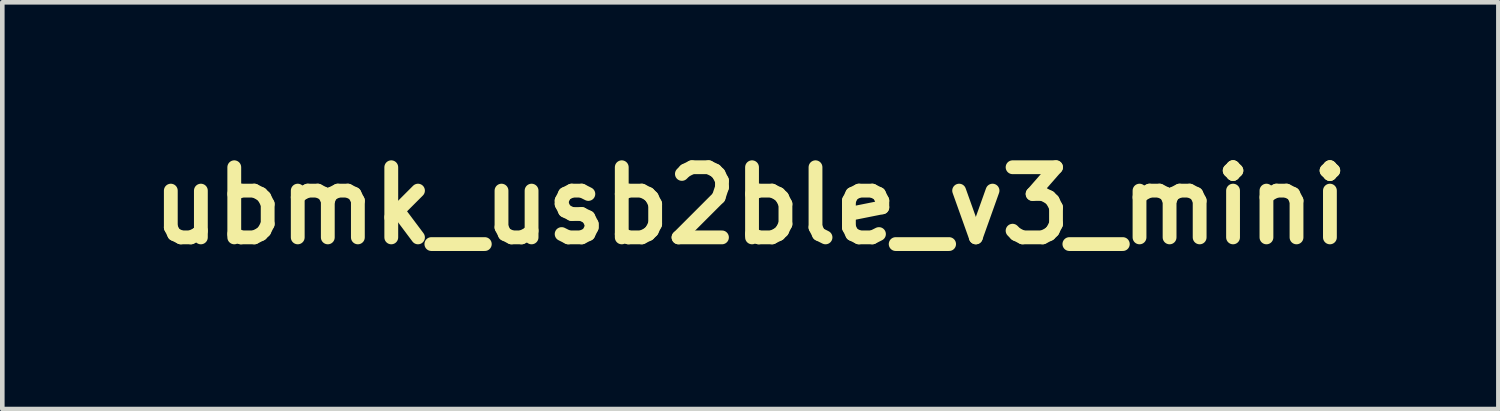
<source format=kicad_pcb>
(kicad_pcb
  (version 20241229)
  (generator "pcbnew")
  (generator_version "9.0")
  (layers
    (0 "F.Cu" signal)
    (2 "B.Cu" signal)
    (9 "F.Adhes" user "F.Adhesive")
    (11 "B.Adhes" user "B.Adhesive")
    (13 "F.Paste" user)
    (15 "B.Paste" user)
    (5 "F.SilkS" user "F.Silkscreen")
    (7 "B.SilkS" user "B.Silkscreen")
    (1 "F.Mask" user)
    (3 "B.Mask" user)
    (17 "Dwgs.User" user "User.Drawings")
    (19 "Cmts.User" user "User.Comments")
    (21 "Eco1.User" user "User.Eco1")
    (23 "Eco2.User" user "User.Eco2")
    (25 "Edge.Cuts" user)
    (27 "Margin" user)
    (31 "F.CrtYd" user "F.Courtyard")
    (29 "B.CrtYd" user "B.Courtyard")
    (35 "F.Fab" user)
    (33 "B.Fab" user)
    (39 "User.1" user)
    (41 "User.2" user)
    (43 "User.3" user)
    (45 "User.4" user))
  (footprint "ubmk_usb2ble_v3_mini"
    (layer "F.Cu")
    (at 13.252 1.418)
    (property "Reference" "ubmk_usb2ble_v3_mini" (at 0 0 0) (layer "F.SilkS") (effects (font (size 1.524 1.524) (thickness 0.3))))
    (attr through_hole)
    (fp_poly (pts (xy -1.445 0.937) (xy -1.572 0.937) (xy -1.572 0.449) (xy -1.445 0.449) (xy -1.445 0.937)) (stroke (width 0.01) (type solid)) (fill yes) (layer "F.Mask"))
    (fp_poly (pts (xy 0.518 0.698) (xy 0.412 0.803) (xy 0.307 0.908) (xy 0.205 0.806) (xy 0.103 0.703) (xy 0.312 0.493) (xy 0.518 0.698)) (stroke (width 0.01) (type solid)) (fill yes) (layer "F.Mask"))
    (fp_poly (pts (xy 2.534 0.053) (xy 2.554 0.073) (xy 2.557 0.097) (xy 2.548 0.118) (xy 2.531 0.132) (xy 2.506 0.137) (xy 2.481 0.131) (xy 2.473 0.125) (xy 2.464 0.107) (xy 2.461 0.086) (xy 2.469 0.059) (xy 2.488 0.044) (xy 2.515 0.044) (xy 2.534 0.053)) (stroke (width 0.01) (type solid)) (fill yes) (layer "F.Mask"))
    (fp_poly (pts (xy 2.645 -0.306) (xy 2.675 -0.287) (xy 2.702 -0.255) (xy 2.712 -0.218) (xy 2.709 -0.181) (xy 2.694 -0.148) (xy 2.668 -0.121) (xy 2.635 -0.103) (xy 2.596 -0.099) (xy 2.562 -0.107) (xy 2.529 -0.13) (xy 2.508 -0.164) (xy 2.5 -0.204) (xy 2.506 -0.244) (xy 2.527 -0.28) (xy 2.528 -0.282) (xy 2.563 -0.306) (xy 2.604 -0.314) (xy 2.645 -0.306)) (stroke (width 0.01) (type solid)) (fill yes) (layer "F.Mask"))
    (fp_poly (pts (xy 3.301 0.691) (xy 3.255 0.696) (xy 3.213 0.707) (xy 3.186 0.729) (xy 3.174 0.761) (xy 3.174 0.767) (xy 3.183 0.799) (xy 3.208 0.823) (xy 3.247 0.836) (xy 3.255 0.837) (xy 3.301 0.842) (xy 3.301 0.937) (xy 3.245 0.937) (xy 3.196 0.933) (xy 3.154 0.921) (xy 3.148 0.919) (xy 3.116 0.899) (xy 3.087 0.872) (xy 3.08 0.864) (xy 3.063 0.839) (xy 3.055 0.814) (xy 3.052 0.782) (xy 3.052 0.767) (xy 3.055 0.719) (xy 3.069 0.682) (xy 3.095 0.65) (xy 3.121 0.628) (xy 3.144 0.613) (xy 3.169 0.604) (xy 3.201 0.599) (xy 3.229 0.597) (xy 3.301 0.594) (xy 3.301 0.691)) (stroke (width 0.01) (type solid)) (fill yes) (layer "F.Mask"))
    (fp_poly (pts (xy -2.539 -0.519) (xy -2.509 -0.494) (xy -2.471 -0.473) (xy -2.432 -0.47) (xy -2.394 -0.486) (xy -2.386 -0.492) (xy -2.358 -0.516) (xy -2.355 -0.722) (xy -2.352 -0.928) (xy -2.108 -0.928) (xy -2.111 -0.691) (xy -2.114 -0.454) (xy -2.143 -0.402) (xy -2.187 -0.343) (xy -2.243 -0.298) (xy -2.313 -0.267) (xy -2.396 -0.251) (xy -2.415 -0.249) (xy -2.464 -0.249) (xy -2.512 -0.252) (xy -2.539 -0.257) (xy -2.618 -0.284) (xy -2.682 -0.324) (xy -2.732 -0.377) (xy -2.76 -0.425) (xy -2.767 -0.441) (xy -2.773 -0.457) (xy -2.777 -0.476) (xy -2.78 -0.499) (xy -2.782 -0.531) (xy -2.783 -0.574) (xy -2.783 -0.631) (xy -2.783 -0.701) (xy -2.783 -0.928) (xy -2.539 -0.928) (xy -2.539 -0.519)) (stroke (width 0.01) (type solid)) (fill yes) (layer "F.Mask"))
    (fp_poly (pts (xy -3.447 0.701) (xy -3.446 0.754) (xy -3.443 0.79) (xy -3.437 0.813) (xy -3.426 0.825) (xy -3.409 0.83) (xy -3.398 0.83) (xy -3.378 0.828) (xy -3.365 0.82) (xy -3.356 0.803) (xy -3.351 0.774) (xy -3.35 0.73) (xy -3.35 0.701) (xy -3.35 0.596) (xy -3.223 0.596) (xy -3.223 0.716) (xy -3.223 0.768) (xy -3.224 0.804) (xy -3.227 0.83) (xy -3.233 0.848) (xy -3.241 0.864) (xy -3.245 0.87) (xy -3.268 0.897) (xy -3.295 0.919) (xy -3.298 0.921) (xy -3.333 0.934) (xy -3.377 0.942) (xy -3.423 0.944) (xy -3.459 0.938) (xy -3.502 0.917) (xy -3.538 0.887) (xy -3.561 0.853) (xy -3.568 0.822) (xy -3.573 0.773) (xy -3.574 0.708) (xy -3.574 0.596) (xy -3.447 0.596) (xy -3.447 0.701)) (stroke (width 0.01) (type solid)) (fill yes) (layer "F.Mask"))
    (fp_poly (pts (xy 2.679 -0.661) (xy 2.742 -0.647) (xy 2.792 -0.629) (xy 2.855 -0.595) (xy 2.911 -0.553) (xy 2.959 -0.506) (xy 2.996 -0.457) (xy 3.02 -0.408) (xy 3.027 -0.367) (xy 3.019 -0.327) (xy 2.997 -0.297) (xy 2.964 -0.281) (xy 2.925 -0.28) (xy 2.907 -0.285) (xy 2.883 -0.302) (xy 2.862 -0.331) (xy 2.861 -0.333) (xy 2.821 -0.391) (xy 2.768 -0.437) (xy 2.706 -0.469) (xy 2.638 -0.486) (xy 2.569 -0.487) (xy 2.51 -0.474) (xy 2.461 -0.461) (xy 2.424 -0.462) (xy 2.394 -0.477) (xy 2.387 -0.483) (xy 2.369 -0.514) (xy 2.363 -0.552) (xy 2.37 -0.589) (xy 2.378 -0.602) (xy 2.397 -0.618) (xy 2.429 -0.633) (xy 2.471 -0.648) (xy 2.518 -0.66) (xy 2.559 -0.668) (xy 2.615 -0.669) (xy 2.679 -0.661)) (stroke (width 0.01) (type solid)) (fill yes) (layer "F.Mask"))
    (fp_poly (pts (xy -2.207 0.481) (xy -2.161 0.488) (xy -2.127 0.501) (xy -2.102 0.523) (xy -2.082 0.554) (xy -2.079 0.561) (xy -2.064 0.611) (xy -2.066 0.656) (xy -2.086 0.699) (xy -2.125 0.741) (xy -2.166 0.771) (xy -2.231 0.815) (xy -2.146 0.818) (xy -2.061 0.821) (xy -2.061 0.937) (xy -2.185 0.937) (xy -2.234 0.936) (xy -2.278 0.934) (xy -2.311 0.931) (xy -2.33 0.928) (xy -2.33 0.928) (xy -2.36 0.907) (xy -2.382 0.875) (xy -2.392 0.839) (xy -2.393 0.834) (xy -2.389 0.81) (xy -2.378 0.787) (xy -2.355 0.762) (xy -2.321 0.733) (xy -2.275 0.7) (xy -2.231 0.666) (xy -2.205 0.638) (xy -2.198 0.616) (xy -2.209 0.6) (xy -2.239 0.59) (xy -2.288 0.586) (xy -2.302 0.586) (xy -2.373 0.586) (xy -2.373 0.479) (xy -2.269 0.479) (xy -2.207 0.481)) (stroke (width 0.01) (type solid)) (fill yes) (layer "F.Mask"))
    (fp_poly (pts (xy 0.879 0.481) (xy 0.925 0.488) (xy 0.959 0.501) (xy 0.984 0.523) (xy 1.004 0.554) (xy 1.007 0.561) (xy 1.022 0.611) (xy 1.02 0.656) (xy 1 0.699) (xy 0.961 0.741) (xy 0.92 0.771) (xy 0.854 0.815) (xy 0.94 0.818) (xy 1.025 0.821) (xy 1.025 0.937) (xy 0.901 0.937) (xy 0.852 0.936) (xy 0.808 0.934) (xy 0.775 0.931) (xy 0.756 0.928) (xy 0.756 0.928) (xy 0.726 0.907) (xy 0.704 0.875) (xy 0.694 0.839) (xy 0.693 0.834) (xy 0.697 0.81) (xy 0.708 0.787) (xy 0.73 0.762) (xy 0.765 0.733) (xy 0.811 0.7) (xy 0.855 0.666) (xy 0.88 0.638) (xy 0.888 0.616) (xy 0.877 0.6) (xy 0.847 0.59) (xy 0.798 0.586) (xy 0.784 0.586) (xy 0.713 0.586) (xy 0.713 0.479) (xy 0.817 0.479) (xy 0.879 0.481)) (stroke (width 0.01) (type solid)) (fill yes) (layer "F.Mask"))
    (fp_poly (pts (xy 1.699 0.481) (xy 1.746 0.488) (xy 1.78 0.501) (xy 1.805 0.523) (xy 1.824 0.554) (xy 1.827 0.561) (xy 1.842 0.611) (xy 1.84 0.656) (xy 1.82 0.699) (xy 1.781 0.741) (xy 1.741 0.771) (xy 1.675 0.815) (xy 1.76 0.818) (xy 1.846 0.821) (xy 1.846 0.937) (xy 1.721 0.937) (xy 1.672 0.936) (xy 1.629 0.934) (xy 1.595 0.931) (xy 1.577 0.928) (xy 1.576 0.928) (xy 1.547 0.907) (xy 1.524 0.875) (xy 1.514 0.839) (xy 1.514 0.834) (xy 1.517 0.81) (xy 1.529 0.787) (xy 1.551 0.762) (xy 1.586 0.733) (xy 1.631 0.7) (xy 1.675 0.666) (xy 1.701 0.638) (xy 1.708 0.616) (xy 1.697 0.6) (xy 1.667 0.59) (xy 1.619 0.586) (xy 1.605 0.586) (xy 1.533 0.586) (xy 1.533 0.479) (xy 1.637 0.479) (xy 1.699 0.481)) (stroke (width 0.01) (type solid)) (fill yes) (layer "F.Mask"))
    (fp_poly (pts (xy -2.891 0.684) (xy -2.969 0.684) (xy -3.009 0.684) (xy -3.033 0.687) (xy -3.044 0.692) (xy -3.047 0.698) (xy -3.041 0.708) (xy -3.023 0.712) (xy -3 0.713) (xy -2.949 0.72) (xy -2.907 0.739) (xy -2.878 0.768) (xy -2.862 0.803) (xy -2.863 0.844) (xy -2.877 0.879) (xy -2.895 0.902) (xy -2.916 0.919) (xy -2.944 0.93) (xy -2.984 0.935) (xy -3.039 0.937) (xy -3.056 0.937) (xy -3.164 0.937) (xy -3.164 0.85) (xy -3.079 0.848) (xy -3.036 0.845) (xy -3.01 0.842) (xy -2.997 0.837) (xy -2.993 0.83) (xy -2.998 0.821) (xy -3.016 0.816) (xy -3.048 0.811) (xy -3.06 0.811) (xy -3.097 0.807) (xy -3.122 0.801) (xy -3.138 0.79) (xy -3.15 0.778) (xy -3.168 0.75) (xy -3.174 0.714) (xy -3.174 0.706) (xy -3.171 0.675) (xy -3.161 0.652) (xy -3.141 0.629) (xy -3.107 0.596) (xy -2.891 0.596) (xy -2.891 0.684)) (stroke (width 0.01) (type solid)) (fill yes) (layer "F.Mask"))
    (fp_poly (pts (xy 3.506 0.596) (xy 3.603 0.596) (xy 3.603 0.693) (xy 3.506 0.693) (xy 3.506 0.761) (xy 3.507 0.8) (xy 3.512 0.823) (xy 3.525 0.835) (xy 3.549 0.839) (xy 3.57 0.84) (xy 3.603 0.84) (xy 3.603 0.937) (xy 3.525 0.937) (xy 3.485 0.937) (xy 3.459 0.934) (xy 3.441 0.928) (xy 3.424 0.916) (xy 3.416 0.909) (xy 3.402 0.896) (xy 3.392 0.882) (xy 3.387 0.865) (xy 3.383 0.838) (xy 3.381 0.797) (xy 3.381 0.787) (xy 3.379 0.744) (xy 3.376 0.717) (xy 3.372 0.701) (xy 3.366 0.695) (xy 3.356 0.693) (xy 3.353 0.693) (xy 3.339 0.692) (xy 3.333 0.683) (xy 3.33 0.663) (xy 3.33 0.645) (xy 3.331 0.616) (xy 3.335 0.601) (xy 3.345 0.596) (xy 3.354 0.596) (xy 3.37 0.594) (xy 3.377 0.584) (xy 3.379 0.56) (xy 3.379 0.557) (xy 3.379 0.518) (xy 3.506 0.518) (xy 3.506 0.596)) (stroke (width 0.01) (type solid)) (fill yes) (layer "F.Mask"))
    (fp_poly (pts (xy -2.695 0.616) (xy -2.666 0.601) (xy -2.622 0.588) (xy -2.574 0.591) (xy -2.528 0.608) (xy -2.488 0.638) (xy -2.469 0.662) (xy -2.449 0.711) (xy -2.445 0.764) (xy -2.455 0.817) (xy -2.477 0.865) (xy -2.511 0.904) (xy -2.531 0.918) (xy -2.57 0.933) (xy -2.618 0.942) (xy -2.664 0.944) (xy -2.697 0.938) (xy -2.746 0.914) (xy -2.785 0.876) (xy -2.804 0.846) (xy -2.81 0.829) (xy -2.815 0.809) (xy -2.818 0.783) (xy -2.819 0.767) (xy -2.693 0.767) (xy -2.685 0.799) (xy -2.663 0.823) (xy -2.657 0.827) (xy -2.626 0.833) (xy -2.598 0.821) (xy -2.58 0.797) (xy -2.572 0.765) (xy -2.579 0.738) (xy -2.597 0.717) (xy -2.62 0.705) (xy -2.647 0.704) (xy -2.671 0.717) (xy -2.685 0.734) (xy -2.693 0.767) (xy -2.819 0.767) (xy -2.821 0.747) (xy -2.822 0.699) (xy -2.822 0.635) (xy -2.822 0.627) (xy -2.822 0.449) (xy -2.695 0.449) (xy -2.695 0.616)) (stroke (width 0.01) (type solid)) (fill yes) (layer "F.Mask"))
    (fp_poly (pts (xy -1.875 0.616) (xy -1.846 0.601) (xy -1.802 0.588) (xy -1.754 0.591) (xy -1.707 0.608) (xy -1.668 0.638) (xy -1.648 0.662) (xy -1.629 0.711) (xy -1.625 0.764) (xy -1.634 0.817) (xy -1.657 0.865) (xy -1.691 0.904) (xy -1.71 0.918) (xy -1.75 0.933) (xy -1.797 0.942) (xy -1.844 0.944) (xy -1.877 0.938) (xy -1.926 0.914) (xy -1.965 0.876) (xy -1.983 0.846) (xy -1.99 0.829) (xy -1.995 0.809) (xy -1.998 0.783) (xy -1.999 0.767) (xy -1.873 0.767) (xy -1.865 0.799) (xy -1.843 0.823) (xy -1.837 0.827) (xy -1.806 0.833) (xy -1.778 0.821) (xy -1.759 0.797) (xy -1.752 0.765) (xy -1.759 0.738) (xy -1.776 0.717) (xy -1.8 0.705) (xy -1.826 0.704) (xy -1.851 0.717) (xy -1.865 0.734) (xy -1.873 0.767) (xy -1.999 0.767) (xy -2 0.747) (xy -2.001 0.699) (xy -2.002 0.635) (xy -2.002 0.627) (xy -2.002 0.449) (xy -1.875 0.449) (xy -1.875 0.616)) (stroke (width 0.01) (type solid)) (fill yes) (layer "F.Mask"))
    (fp_poly (pts (xy 0.264 -0.682) (xy 0.29 -0.685) (xy 0.302 -0.689) (xy 0.314 -0.698) (xy 0.328 -0.715) (xy 0.346 -0.743) (xy 0.37 -0.784) (xy 0.382 -0.806) (xy 0.446 -0.923) (xy 0.584 -0.926) (xy 0.634 -0.926) (xy 0.675 -0.926) (xy 0.706 -0.925) (xy 0.721 -0.923) (xy 0.723 -0.923) (xy 0.718 -0.913) (xy 0.704 -0.89) (xy 0.683 -0.856) (xy 0.657 -0.814) (xy 0.64 -0.788) (xy 0.558 -0.66) (xy 0.584 -0.644) (xy 0.624 -0.614) (xy 0.654 -0.577) (xy 0.675 -0.531) (xy 0.687 -0.472) (xy 0.693 -0.398) (xy 0.693 -0.361) (xy 0.693 -0.264) (xy 0.451 -0.264) (xy 0.448 -0.367) (xy 0.446 -0.413) (xy 0.444 -0.444) (xy 0.44 -0.464) (xy 0.433 -0.478) (xy 0.422 -0.491) (xy 0.412 -0.499) (xy 0.391 -0.515) (xy 0.37 -0.524) (xy 0.341 -0.527) (xy 0.322 -0.527) (xy 0.264 -0.527) (xy 0.264 -0.264) (xy 0.02 -0.264) (xy 0.02 -1.191) (xy 0.264 -1.191) (xy 0.264 -0.682)) (stroke (width 0.01) (type solid)) (fill yes) (layer "F.Mask"))
    (fp_poly (pts (xy 2.705 -0.959) (xy 2.82 -0.934) (xy 2.931 -0.892) (xy 3.036 -0.831) (xy 3.082 -0.797) (xy 3.13 -0.754) (xy 3.177 -0.705) (xy 3.219 -0.653) (xy 3.255 -0.601) (xy 3.282 -0.553) (xy 3.298 -0.512) (xy 3.301 -0.491) (xy 3.293 -0.455) (xy 3.271 -0.426) (xy 3.241 -0.408) (xy 3.207 -0.402) (xy 3.174 -0.411) (xy 3.168 -0.414) (xy 3.153 -0.43) (xy 3.133 -0.456) (xy 3.112 -0.49) (xy 3.109 -0.494) (xy 3.053 -0.574) (xy 2.983 -0.645) (xy 2.905 -0.702) (xy 2.867 -0.723) (xy 2.77 -0.763) (xy 2.675 -0.784) (xy 2.58 -0.787) (xy 2.481 -0.772) (xy 2.411 -0.752) (xy 2.362 -0.737) (xy 2.324 -0.729) (xy 2.3 -0.728) (xy 2.299 -0.729) (xy 2.268 -0.745) (xy 2.247 -0.774) (xy 2.238 -0.809) (xy 2.242 -0.845) (xy 2.258 -0.873) (xy 2.278 -0.888) (xy 2.311 -0.905) (xy 2.348 -0.921) (xy 2.349 -0.921) (xy 2.467 -0.952) (xy 2.586 -0.965) (xy 2.705 -0.959)) (stroke (width 0.01) (type solid)) (fill yes) (layer "F.Mask"))
    (fp_poly (pts (xy 3.357 -0.049) (xy 3.415 -0.048) (xy 3.458 -0.048) (xy 3.49 -0.046) (xy 3.513 -0.044) (xy 3.529 -0.04) (xy 3.541 -0.035) (xy 3.551 -0.029) (xy 3.555 -0.027) (xy 3.588 0.004) (xy 3.612 0.044) (xy 3.623 0.085) (xy 3.623 0.092) (xy 3.614 0.138) (xy 3.591 0.182) (xy 3.556 0.215) (xy 3.541 0.224) (xy 3.526 0.231) (xy 3.511 0.235) (xy 3.491 0.239) (xy 3.465 0.241) (xy 3.429 0.243) (xy 3.381 0.244) (xy 3.317 0.244) (xy 3.276 0.244) (xy 3.202 0.244) (xy 3.146 0.243) (xy 3.103 0.242) (xy 3.073 0.24) (xy 3.05 0.237) (xy 3.034 0.233) (xy 3.02 0.228) (xy 3.017 0.226) (xy 2.977 0.195) (xy 2.951 0.154) (xy 2.94 0.109) (xy 2.943 0.062) (xy 2.962 0.018) (xy 2.995 -0.019) (xy 3.01 -0.029) (xy 3.021 -0.035) (xy 3.034 -0.04) (xy 3.051 -0.044) (xy 3.075 -0.046) (xy 3.109 -0.047) (xy 3.154 -0.048) (xy 3.215 -0.049) (xy 3.282 -0.049) (xy 3.357 -0.049)) (stroke (width 0.01) (type solid)) (fill yes) (layer "F.Mask"))
    (fp_poly (pts (xy -0.251 0.48) (xy -0.205 0.483) (xy -0.172 0.491) (xy -0.149 0.503) (xy -0.131 0.521) (xy -0.124 0.531) (xy -0.111 0.565) (xy -0.108 0.607) (xy -0.116 0.648) (xy -0.125 0.669) (xy -0.136 0.688) (xy -0.137 0.702) (xy -0.128 0.72) (xy -0.12 0.731) (xy -0.101 0.776) (xy -0.1 0.822) (xy -0.118 0.867) (xy -0.12 0.87) (xy -0.141 0.897) (xy -0.167 0.916) (xy -0.2 0.928) (xy -0.245 0.935) (xy -0.304 0.937) (xy -0.32 0.937) (xy -0.43 0.937) (xy -0.43 0.82) (xy -0.343 0.82) (xy -0.292 0.819) (xy -0.259 0.813) (xy -0.241 0.803) (xy -0.237 0.788) (xy -0.24 0.779) (xy -0.25 0.766) (xy -0.272 0.757) (xy -0.308 0.753) (xy -0.349 0.752) (xy -0.41 0.752) (xy -0.41 0.654) (xy -0.341 0.654) (xy -0.288 0.652) (xy -0.253 0.644) (xy -0.237 0.631) (xy -0.24 0.614) (xy -0.25 0.601) (xy -0.264 0.593) (xy -0.288 0.588) (xy -0.327 0.586) (xy -0.347 0.586) (xy -0.43 0.586) (xy -0.43 0.479) (xy -0.312 0.479) (xy -0.251 0.48)) (stroke (width 0.01) (type solid)) (fill yes) (layer "F.Mask"))
    (fp_poly (pts (xy 2.825 0.476) (xy 2.883 0.494) (xy 2.931 0.524) (xy 2.946 0.538) (xy 2.978 0.586) (xy 2.999 0.644) (xy 3.008 0.706) (xy 3.003 0.766) (xy 2.993 0.799) (xy 2.965 0.845) (xy 2.924 0.888) (xy 2.878 0.919) (xy 2.841 0.932) (xy 2.794 0.94) (xy 2.745 0.944) (xy 2.702 0.941) (xy 2.69 0.939) (xy 2.637 0.917) (xy 2.588 0.882) (xy 2.548 0.839) (xy 2.523 0.792) (xy 2.52 0.782) (xy 2.51 0.718) (xy 2.511 0.705) (xy 2.654 0.705) (xy 2.659 0.746) (xy 2.678 0.784) (xy 2.695 0.803) (xy 2.732 0.826) (xy 2.772 0.829) (xy 2.81 0.813) (xy 2.821 0.805) (xy 2.849 0.771) (xy 2.863 0.73) (xy 2.865 0.687) (xy 2.854 0.646) (xy 2.831 0.612) (xy 2.799 0.588) (xy 2.773 0.58) (xy 2.734 0.582) (xy 2.701 0.599) (xy 2.676 0.628) (xy 2.66 0.665) (xy 2.654 0.705) (xy 2.511 0.705) (xy 2.516 0.653) (xy 2.536 0.592) (xy 2.568 0.541) (xy 2.571 0.538) (xy 2.593 0.521) (xy 2.623 0.501) (xy 2.642 0.492) (xy 2.699 0.474) (xy 2.762 0.469) (xy 2.825 0.476)) (stroke (width 0.01) (type solid)) (fill yes) (layer "F.Mask"))
    (fp_poly (pts (xy -1.148 0.6) (xy -1.136 0.605) (xy -1.107 0.622) (xy -1.084 0.642) (xy -1.079 0.648) (xy -1.063 0.682) (xy -1.052 0.723) (xy -1.049 0.76) (xy -1.051 0.777) (xy -1.054 0.787) (xy -1.061 0.794) (xy -1.073 0.798) (xy -1.097 0.8) (xy -1.134 0.801) (xy -1.158 0.801) (xy -1.2 0.801) (xy -1.234 0.803) (xy -1.255 0.806) (xy -1.26 0.809) (xy -1.253 0.824) (xy -1.231 0.834) (xy -1.193 0.839) (xy -1.16 0.84) (xy -1.084 0.84) (xy -1.084 0.937) (xy -1.165 0.937) (xy -1.208 0.935) (xy -1.25 0.93) (xy -1.281 0.924) (xy -1.284 0.923) (xy -1.329 0.898) (xy -1.365 0.86) (xy -1.388 0.814) (xy -1.392 0.794) (xy -1.393 0.736) (xy -1.386 0.716) (xy -1.266 0.716) (xy -1.266 0.726) (xy -1.249 0.731) (xy -1.215 0.732) (xy -1.184 0.732) (xy -1.169 0.73) (xy -1.167 0.724) (xy -1.173 0.712) (xy -1.174 0.71) (xy -1.197 0.69) (xy -1.225 0.686) (xy -1.251 0.699) (xy -1.266 0.716) (xy -1.386 0.716) (xy -1.376 0.684) (xy -1.347 0.642) (xy -1.306 0.61) (xy -1.258 0.591) (xy -1.204 0.587) (xy -1.148 0.6)) (stroke (width 0.01) (type solid)) (fill yes) (layer "F.Mask"))
    (fp_poly (pts (xy 2.672 -1.254) (xy 2.721 -1.253) (xy 2.76 -1.251) (xy 2.793 -1.247) (xy 2.825 -1.241) (xy 2.86 -1.232) (xy 2.875 -1.228) (xy 3.013 -1.18) (xy 3.141 -1.116) (xy 3.258 -1.036) (xy 3.363 -0.943) (xy 3.454 -0.836) (xy 3.517 -0.74) (xy 3.544 -0.691) (xy 3.56 -0.654) (xy 3.568 -0.625) (xy 3.566 -0.6) (xy 3.56 -0.581) (xy 3.545 -0.556) (xy 3.528 -0.539) (xy 3.527 -0.538) (xy 3.496 -0.529) (xy 3.461 -0.529) (xy 3.436 -0.537) (xy 3.424 -0.55) (xy 3.406 -0.575) (xy 3.386 -0.608) (xy 3.38 -0.618) (xy 3.309 -0.73) (xy 3.224 -0.828) (xy 3.127 -0.911) (xy 3.02 -0.979) (xy 2.904 -1.03) (xy 2.781 -1.065) (xy 2.654 -1.081) (xy 2.543 -1.081) (xy 2.441 -1.068) (xy 2.342 -1.041) (xy 2.319 -1.033) (xy 2.261 -1.013) (xy 2.218 -1.001) (xy 2.185 -0.998) (xy 2.16 -1.004) (xy 2.139 -1.018) (xy 2.136 -1.021) (xy 2.114 -1.055) (xy 2.11 -1.093) (xy 2.124 -1.13) (xy 2.125 -1.132) (xy 2.148 -1.152) (xy 2.187 -1.174) (xy 2.239 -1.197) (xy 2.301 -1.218) (xy 2.349 -1.232) (xy 2.384 -1.241) (xy 2.417 -1.247) (xy 2.452 -1.251) (xy 2.492 -1.253) (xy 2.544 -1.254) (xy 2.607 -1.255) (xy 2.672 -1.254)) (stroke (width 0.01) (type solid)) (fill yes) (layer "F.Mask"))
    (fp_poly (pts (xy -0.494 0.596) (xy -0.469 0.597) (xy -0.459 0.598) (xy -0.459 0.599) (xy -0.462 0.61) (xy -0.47 0.636) (xy -0.483 0.673) (xy -0.497 0.716) (xy -0.513 0.763) (xy -0.529 0.808) (xy -0.544 0.849) (xy -0.556 0.882) (xy -0.563 0.902) (xy -0.565 0.905) (xy -0.584 0.924) (xy -0.614 0.939) (xy -0.648 0.947) (xy -0.658 0.947) (xy -0.682 0.942) (xy -0.704 0.933) (xy -0.726 0.917) (xy -0.737 0.901) (xy -0.743 0.887) (xy -0.752 0.859) (xy -0.765 0.821) (xy -0.78 0.777) (xy -0.796 0.731) (xy -0.811 0.686) (xy -0.824 0.647) (xy -0.834 0.618) (xy -0.839 0.601) (xy -0.84 0.599) (xy -0.831 0.597) (xy -0.807 0.596) (xy -0.774 0.596) (xy -0.772 0.596) (xy -0.735 0.597) (xy -0.714 0.6) (xy -0.703 0.606) (xy -0.7 0.613) (xy -0.696 0.629) (xy -0.688 0.66) (xy -0.679 0.699) (xy -0.674 0.726) (xy -0.664 0.765) (xy -0.656 0.796) (xy -0.65 0.814) (xy -0.648 0.817) (xy -0.644 0.806) (xy -0.637 0.78) (xy -0.629 0.745) (xy -0.624 0.726) (xy -0.615 0.685) (xy -0.607 0.648) (xy -0.602 0.623) (xy -0.601 0.618) (xy -0.596 0.606) (xy -0.587 0.599) (xy -0.568 0.596) (xy -0.535 0.596) (xy -0.527 0.596) (xy -0.494 0.596)) (stroke (width 0.01) (type solid)) (fill yes) (layer "F.Mask"))
    (fp_poly (pts (xy 1.333 0.476) (xy 1.382 0.497) (xy 1.421 0.531) (xy 1.427 0.539) (xy 1.437 0.554) (xy 1.443 0.569) (xy 1.447 0.588) (xy 1.449 0.616) (xy 1.45 0.656) (xy 1.45 0.704) (xy 1.45 0.757) (xy 1.449 0.795) (xy 1.447 0.821) (xy 1.443 0.84) (xy 1.436 0.854) (xy 1.426 0.868) (xy 1.424 0.871) (xy 1.398 0.898) (xy 1.367 0.92) (xy 1.36 0.923) (xy 1.319 0.937) (xy 1.27 0.944) (xy 1.224 0.943) (xy 1.198 0.938) (xy 1.156 0.917) (xy 1.118 0.885) (xy 1.091 0.848) (xy 1.09 0.846) (xy 1.082 0.823) (xy 1.077 0.791) (xy 1.075 0.747) (xy 1.074 0.706) (xy 1.201 0.706) (xy 1.202 0.746) (xy 1.205 0.771) (xy 1.211 0.789) (xy 1.222 0.803) (xy 1.225 0.806) (xy 1.246 0.822) (xy 1.263 0.83) (xy 1.265 0.83) (xy 1.282 0.824) (xy 1.302 0.808) (xy 1.304 0.806) (xy 1.316 0.792) (xy 1.324 0.775) (xy 1.327 0.752) (xy 1.328 0.715) (xy 1.328 0.706) (xy 1.326 0.654) (xy 1.318 0.618) (xy 1.304 0.597) (xy 1.281 0.587) (xy 1.265 0.586) (xy 1.237 0.59) (xy 1.218 0.605) (xy 1.207 0.632) (xy 1.202 0.675) (xy 1.201 0.706) (xy 1.074 0.706) (xy 1.074 0.702) (xy 1.075 0.651) (xy 1.077 0.616) (xy 1.081 0.59) (xy 1.088 0.57) (xy 1.096 0.552) (xy 1.129 0.514) (xy 1.173 0.486) (xy 1.225 0.471) (xy 1.28 0.468) (xy 1.333 0.476)) (stroke (width 0.01) (type solid)) (fill yes) (layer "F.Mask"))
    (fp_poly (pts (xy 2.163 0.476) (xy 2.212 0.497) (xy 2.251 0.531) (xy 2.257 0.539) (xy 2.267 0.554) (xy 2.273 0.569) (xy 2.277 0.588) (xy 2.279 0.616) (xy 2.28 0.656) (xy 2.28 0.704) (xy 2.28 0.757) (xy 2.279 0.795) (xy 2.277 0.821) (xy 2.273 0.84) (xy 2.266 0.854) (xy 2.256 0.868) (xy 2.254 0.871) (xy 2.228 0.898) (xy 2.197 0.92) (xy 2.19 0.923) (xy 2.149 0.937) (xy 2.1 0.944) (xy 2.054 0.943) (xy 2.028 0.938) (xy 1.986 0.917) (xy 1.948 0.885) (xy 1.921 0.848) (xy 1.92 0.846) (xy 1.912 0.823) (xy 1.907 0.791) (xy 1.905 0.747) (xy 1.904 0.706) (xy 2.031 0.706) (xy 2.032 0.746) (xy 2.035 0.771) (xy 2.041 0.789) (xy 2.052 0.803) (xy 2.055 0.806) (xy 2.076 0.822) (xy 2.094 0.83) (xy 2.095 0.83) (xy 2.112 0.824) (xy 2.132 0.808) (xy 2.134 0.806) (xy 2.147 0.792) (xy 2.154 0.775) (xy 2.157 0.752) (xy 2.158 0.715) (xy 2.158 0.706) (xy 2.156 0.654) (xy 2.148 0.618) (xy 2.134 0.597) (xy 2.111 0.587) (xy 2.095 0.586) (xy 2.067 0.59) (xy 2.048 0.605) (xy 2.037 0.632) (xy 2.032 0.675) (xy 2.031 0.706) (xy 1.904 0.706) (xy 1.904 0.702) (xy 1.905 0.651) (xy 1.907 0.616) (xy 1.911 0.59) (xy 1.918 0.57) (xy 1.926 0.552) (xy 1.959 0.514) (xy 2.003 0.486) (xy 2.055 0.471) (xy 2.11 0.468) (xy 2.163 0.476)) (stroke (width 0.01) (type solid)) (fill yes) (layer "F.Mask"))
    (fp_poly (pts (xy 1.992 -0.027) (xy 2.025 0.004) (xy 2.049 0.044) (xy 2.06 0.085) (xy 2.061 0.092) (xy 2.052 0.138) (xy 2.028 0.182) (xy 1.994 0.215) (xy 1.979 0.224) (xy 1.937 0.244) (xy -0.777 0.244) (xy -1.05 0.244) (xy -1.303 0.244) (xy -1.539 0.244) (xy -1.757 0.244) (xy -1.958 0.244) (xy -2.144 0.244) (xy -2.313 0.244) (xy -2.468 0.244) (xy -2.609 0.243) (xy -2.737 0.243) (xy -2.852 0.243) (xy -2.955 0.243) (xy -3.046 0.242) (xy -3.127 0.242) (xy -3.198 0.241) (xy -3.26 0.24) (xy -3.313 0.24) (xy -3.358 0.239) (xy -3.396 0.238) (xy -3.428 0.237) (xy -3.453 0.236) (xy -3.474 0.235) (xy -3.489 0.234) (xy -3.502 0.232) (xy -3.511 0.231) (xy -3.517 0.229) (xy -3.522 0.228) (xy -3.525 0.226) (xy -3.566 0.195) (xy -3.592 0.154) (xy -3.603 0.109) (xy -3.6 0.062) (xy -3.581 0.018) (xy -3.548 -0.019) (xy -3.533 -0.029) (xy -3.529 -0.031) (xy -3.525 -0.033) (xy -3.52 -0.035) (xy -3.513 -0.036) (xy -3.503 -0.038) (xy -3.489 -0.039) (xy -3.472 -0.04) (xy -3.45 -0.041) (xy -3.423 -0.042) (xy -3.389 -0.043) (xy -3.349 -0.044) (xy -3.301 -0.045) (xy -3.245 -0.046) (xy -3.18 -0.046) (xy -3.106 -0.047) (xy -3.022 -0.047) (xy -2.927 -0.047) (xy -2.82 -0.048) (xy -2.701 -0.048) (xy -2.569 -0.048) (xy -2.424 -0.048) (xy -2.264 -0.049) (xy -2.089 -0.049) (xy -1.899 -0.049) (xy -1.692 -0.049) (xy -1.469 -0.049) (xy -1.227 -0.049) (xy -0.968 -0.049) (xy -0.77 -0.049) (xy 1.96 -0.049) (xy 1.992 -0.027)) (stroke (width 0.01) (type solid)) (fill yes) (layer "F.Mask"))
    (fp_poly (pts (xy -1.758 -1.035) (xy -1.757 -0.982) (xy -1.757 -0.937) (xy -1.755 -0.903) (xy -1.754 -0.883) (xy -1.753 -0.879) (xy -1.742 -0.884) (xy -1.721 -0.896) (xy -1.707 -0.906) (xy -1.685 -0.919) (xy -1.665 -0.927) (xy -1.641 -0.931) (xy -1.606 -0.932) (xy -1.578 -0.932) (xy -1.532 -0.932) (xy -1.499 -0.928) (xy -1.473 -0.921) (xy -1.447 -0.91) (xy -1.44 -0.906) (xy -1.383 -0.867) (xy -1.333 -0.814) (xy -1.295 -0.754) (xy -1.295 -0.753) (xy -1.285 -0.729) (xy -1.279 -0.702) (xy -1.276 -0.669) (xy -1.274 -0.624) (xy -1.274 -0.601) (xy -1.275 -0.551) (xy -1.277 -0.516) (xy -1.281 -0.49) (xy -1.289 -0.466) (xy -1.301 -0.439) (xy -1.302 -0.437) (xy -1.339 -0.38) (xy -1.39 -0.328) (xy -1.449 -0.288) (xy -1.481 -0.274) (xy -1.543 -0.257) (xy -1.613 -0.249) (xy -1.682 -0.25) (xy -1.728 -0.257) (xy -1.809 -0.285) (xy -1.876 -0.326) (xy -1.93 -0.382) (xy -1.969 -0.449) (xy -1.992 -0.527) (xy -1.994 -0.549) (xy -1.996 -0.583) (xy -1.747 -0.583) (xy -1.735 -0.537) (xy -1.731 -0.527) (xy -1.711 -0.501) (xy -1.681 -0.477) (xy -1.65 -0.462) (xy -1.633 -0.459) (xy -1.616 -0.463) (xy -1.591 -0.471) (xy -1.587 -0.473) (xy -1.554 -0.497) (xy -1.531 -0.532) (xy -1.52 -0.574) (xy -1.522 -0.618) (xy -1.537 -0.658) (xy -1.556 -0.682) (xy -1.594 -0.707) (xy -1.633 -0.716) (xy -1.669 -0.709) (xy -1.702 -0.691) (xy -1.727 -0.662) (xy -1.743 -0.625) (xy -1.747 -0.583) (xy -1.996 -0.583) (xy -1.997 -0.589) (xy -1.999 -0.642) (xy -2 -0.706) (xy -2.001 -0.778) (xy -2.002 -0.855) (xy -2.002 -0.885) (xy -2.002 -1.191) (xy -1.758 -1.191) (xy -1.758 -1.035)) (stroke (width 0.01) (type solid)) (fill yes) (layer "F.Mask"))
    (fp_poly (pts (xy -0.361 -0.932) (xy -0.326 -0.93) (xy -0.299 -0.925) (xy -0.273 -0.916) (xy -0.254 -0.907) (xy -0.19 -0.867) (xy -0.14 -0.815) (xy -0.115 -0.772) (xy -0.108 -0.757) (xy -0.102 -0.741) (xy -0.098 -0.722) (xy -0.095 -0.696) (xy -0.093 -0.662) (xy -0.092 -0.616) (xy -0.09 -0.556) (xy -0.089 -0.496) (xy -0.086 -0.264) (xy -0.329 -0.264) (xy -0.335 -0.33) (xy -0.338 -0.365) (xy -0.34 -0.413) (xy -0.341 -0.469) (xy -0.342 -0.526) (xy -0.342 -0.534) (xy -0.342 -0.672) (xy -0.372 -0.697) (xy -0.397 -0.714) (xy -0.421 -0.722) (xy -0.425 -0.723) (xy -0.447 -0.717) (xy -0.473 -0.701) (xy -0.478 -0.697) (xy -0.508 -0.672) (xy -0.508 -0.264) (xy -0.751 -0.264) (xy -0.754 -0.464) (xy -0.755 -0.531) (xy -0.756 -0.581) (xy -0.758 -0.618) (xy -0.76 -0.644) (xy -0.763 -0.661) (xy -0.768 -0.672) (xy -0.775 -0.681) (xy -0.781 -0.688) (xy -0.816 -0.713) (xy -0.852 -0.719) (xy -0.887 -0.706) (xy -0.897 -0.698) (xy -0.928 -0.672) (xy -0.928 -0.264) (xy -1.172 -0.264) (xy -1.172 -0.496) (xy -1.172 -0.569) (xy -1.171 -0.626) (xy -1.17 -0.669) (xy -1.169 -0.701) (xy -1.166 -0.725) (xy -1.162 -0.743) (xy -1.156 -0.759) (xy -1.149 -0.775) (xy -1.149 -0.776) (xy -1.11 -0.837) (xy -1.056 -0.885) (xy -1.011 -0.91) (xy -0.984 -0.921) (xy -0.958 -0.928) (xy -0.925 -0.931) (xy -0.881 -0.933) (xy -0.859 -0.933) (xy -0.811 -0.932) (xy -0.777 -0.93) (xy -0.751 -0.925) (xy -0.726 -0.917) (xy -0.697 -0.903) (xy -0.695 -0.903) (xy -0.635 -0.872) (xy -0.574 -0.903) (xy -0.545 -0.916) (xy -0.52 -0.925) (xy -0.494 -0.93) (xy -0.46 -0.932) (xy -0.414 -0.933) (xy -0.411 -0.933) (xy -0.361 -0.932)) (stroke (width 0.01) (type solid)) (fill yes) (layer "F.Mask"))
    (fp_poly (pts (xy 0.139 1.151) (xy 0.369 1.151) (xy 0.597 1.151) (xy 0.823 1.152) (xy 1.046 1.152) (xy 1.265 1.152) (xy 1.48 1.152) (xy 1.689 1.153) (xy 1.892 1.153) (xy 2.088 1.153) (xy 2.275 1.154) (xy 2.454 1.154) (xy 2.623 1.155) (xy 2.782 1.156) (xy 2.93 1.156) (xy 3.065 1.157) (xy 3.188 1.158) (xy 3.296 1.158) (xy 3.39 1.159) (xy 3.469 1.16) (xy 3.531 1.161) (xy 3.576 1.162) (xy 3.603 1.163) (xy 3.611 1.164) (xy 3.618 1.18) (xy 3.622 1.211) (xy 3.623 1.246) (xy 3.622 1.285) (xy 3.618 1.311) (xy 3.61 1.327) (xy 3.605 1.331) (xy 3.579 1.346) (xy 3.552 1.342) (xy 3.542 1.337) (xy 3.529 1.32) (xy 3.525 1.289) (xy 3.525 1.25) (xy -0.02 1.25) (xy -0.375 1.25) (xy -0.71 1.25) (xy -1.026 1.25) (xy -1.322 1.25) (xy -1.6 1.249) (xy -1.859 1.249) (xy -2.099 1.249) (xy -2.321 1.248) (xy -2.524 1.248) (xy -2.709 1.248) (xy -2.876 1.247) (xy -3.025 1.246) (xy -3.156 1.246) (xy -3.269 1.245) (xy -3.365 1.244) (xy -3.443 1.244) (xy -3.504 1.243) (xy -3.548 1.242) (xy -3.575 1.241) (xy -3.585 1.24) (xy -3.599 1.223) (xy -3.603 1.197) (xy -3.598 1.172) (xy -3.592 1.164) (xy -3.581 1.163) (xy -3.552 1.162) (xy -3.504 1.161) (xy -3.44 1.16) (xy -3.36 1.159) (xy -3.264 1.158) (xy -3.153 1.158) (xy -3.029 1.157) (xy -2.892 1.156) (xy -2.743 1.155) (xy -2.583 1.155) (xy -2.412 1.154) (xy -2.232 1.154) (xy -2.044 1.153) (xy -1.847 1.153) (xy -1.643 1.153) (xy -1.433 1.152) (xy -1.218 1.152) (xy -0.998 1.152) (xy -0.775 1.152) (xy -0.549 1.151) (xy -0.32 1.151) (xy -0.091 1.151) (xy 0.139 1.151)) (stroke (width 0.01) (type solid)) (fill yes) (layer "F.Mask")))
  (gr_rect
    (start -3 -3)
    (end 29.503 5.836)
    (stroke (width 0.1) (type default))
    (fill no)
    (layer "Edge.Cuts")))
</source>
